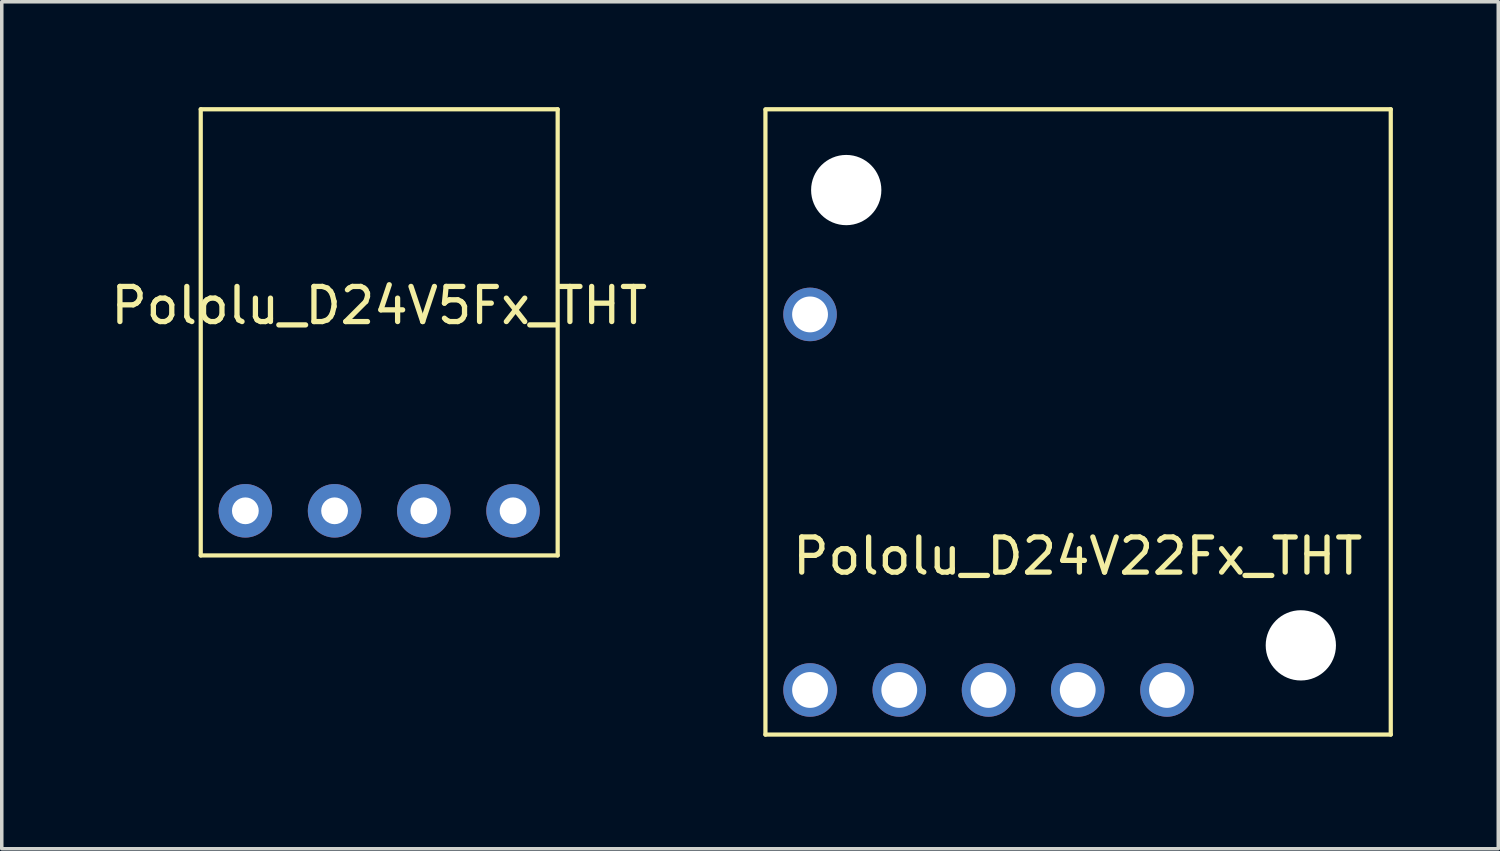
<source format=kicad_pcb>
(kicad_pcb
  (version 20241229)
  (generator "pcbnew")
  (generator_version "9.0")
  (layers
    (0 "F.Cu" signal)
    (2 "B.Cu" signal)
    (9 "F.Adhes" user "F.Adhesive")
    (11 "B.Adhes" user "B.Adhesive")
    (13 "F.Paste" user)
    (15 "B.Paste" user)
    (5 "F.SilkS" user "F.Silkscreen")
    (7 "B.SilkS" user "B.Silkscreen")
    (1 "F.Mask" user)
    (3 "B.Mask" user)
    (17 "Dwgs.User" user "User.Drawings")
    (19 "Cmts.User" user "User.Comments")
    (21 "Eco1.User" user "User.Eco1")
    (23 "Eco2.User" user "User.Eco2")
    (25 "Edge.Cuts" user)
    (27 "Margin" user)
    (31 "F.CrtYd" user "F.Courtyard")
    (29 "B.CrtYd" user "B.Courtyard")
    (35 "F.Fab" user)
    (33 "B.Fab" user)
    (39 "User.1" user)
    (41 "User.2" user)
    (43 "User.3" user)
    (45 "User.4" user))
  (footprint "Pololu_D24V22Fx_THT"
    (layer "F.Cu")
    (at 18.738 17.86)
    (property "Reference" "Pololu_D24V22Fx_THT" (at 8.89 -5.08 0) (layer "F.SilkS") (effects (font (size 1 1) (thickness 0.15))))
    (attr through_hole)
    (fp_line (start 0 -17.8) (end 17.8 -17.8) (stroke (width 0.12) (type solid)) (layer "F.SilkS"))
    (fp_line (start 0 0) (end 0 -17.78) (stroke (width 0.12) (type solid)) (layer "F.SilkS"))
    (fp_line (start 17.8 -17.8) (end 17.8 0) (stroke (width 0.12) (type solid)) (layer "F.SilkS"))
    (fp_line (start 17.8 0) (end 0 0) (stroke (width 0.12) (type solid)) (layer "F.SilkS"))
    (pad "" np_thru_hole circle (at 2.3 -15.5) (size 2 2) (drill 2) (layers "*.Cu" "*.Mask"))
    (pad "" np_thru_hole circle (at 15.24 -2.54) (size 2 2) (drill 2) (layers "*.Cu" "*.Mask"))
    (pad "1" thru_hole circle (at 6.35 -1.27) (size 1.524 1.524) (drill 1.02) (layers "*.Cu" "*.Mask"))
    (pad "2" thru_hole circle (at 3.81 -1.27) (size 1.524 1.524) (drill 1.02) (layers "*.Cu" "*.Mask"))
    (pad "3" thru_hole circle (at 1.27 -1.27) (size 1.524 1.524) (drill 1.02) (layers "*.Cu" "*.Mask"))
    (pad "4" thru_hole circle (at 8.89 -1.27) (size 1.524 1.524) (drill 1.02) (layers "*.Cu" "*.Mask"))
    (pad "5" thru_hole circle (at 1.27 -11.96) (size 1.524 1.524) (drill 1.02) (layers "*.Cu" "*.Mask"))
    (pad "6" thru_hole circle (at 11.43 -1.27) (size 1.524 1.524) (drill 1.02) (layers "*.Cu" "*.Mask")))
  (footprint "Pololu_D24V5Fx_THT"
    (layer "F.Cu")
    (at 7.744 11.49)
    (property "Reference" "Pololu_D24V5Fx_THT" (at 0 -5.842 0) (layer "F.SilkS") (effects (font (size 1 1) (thickness 0.15))))
    (attr through_hole)
    (fp_line (start -5.08 1.27) (end -5.08 -11.43) (stroke (width 0.12) (type solid)) (layer "F.SilkS"))
    (fp_line (start -5.08 1.27) (end 5.08 1.27) (stroke (width 0.12) (type solid)) (layer "F.SilkS"))
    (fp_line (start 5.08 -11.43) (end -5.08 -11.43) (stroke (width 0.12) (type solid)) (layer "F.SilkS"))
    (fp_line (start 5.08 1.27) (end 5.08 -11.43) (stroke (width 0.12) (type solid)) (layer "F.SilkS"))
    (pad "1" thru_hole circle (at -3.81 0) (size 1.524 1.524) (drill 0.762) (layers "*.Cu" "*.Mask"))
    (pad "2" thru_hole circle (at -1.27 0) (size 1.524 1.524) (drill 0.762) (layers "*.Cu" "*.Mask"))
    (pad "3" thru_hole circle (at 1.27 0) (size 1.524 1.524) (drill 0.762) (layers "*.Cu" "*.Mask"))
    (pad "4" thru_hole circle (at 3.81 0) (size 1.524 1.524) (drill 0.762) (layers "*.Cu" "*.Mask")))
  (gr_rect
    (start -3 -3)
    (end 39.598 21.11)
    (stroke (width 0.1) (type default))
    (fill no)
    (layer "Edge.Cuts")))
</source>
